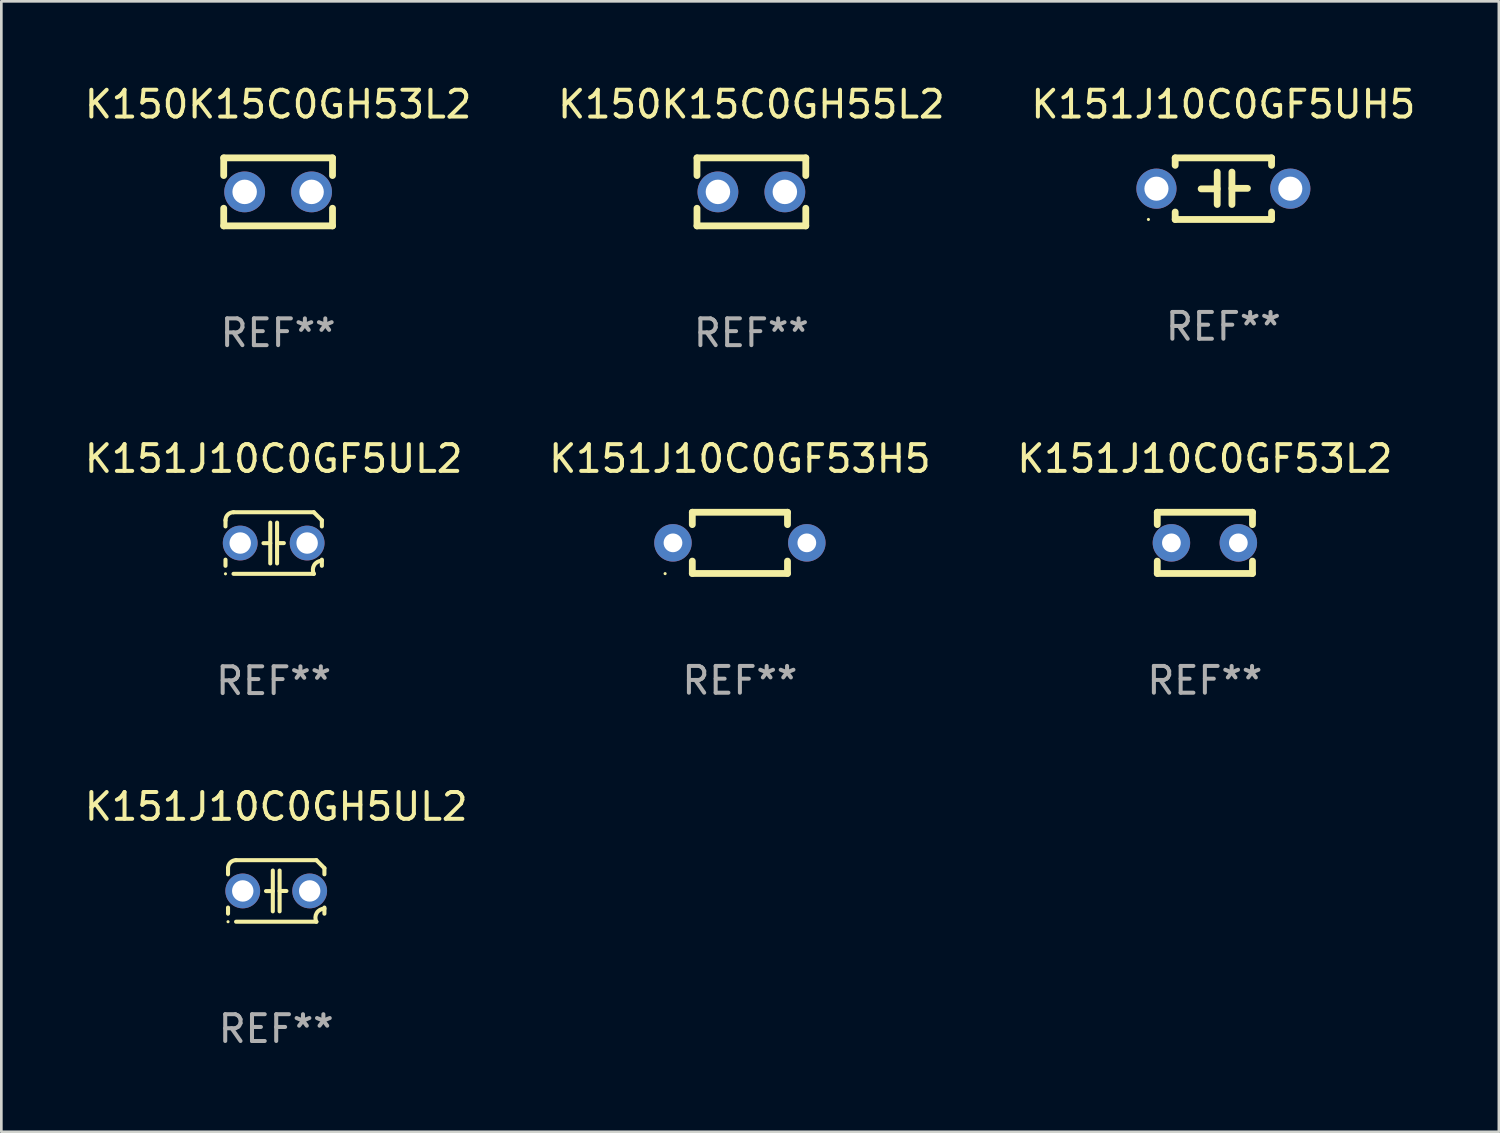
<source format=kicad_pcb>
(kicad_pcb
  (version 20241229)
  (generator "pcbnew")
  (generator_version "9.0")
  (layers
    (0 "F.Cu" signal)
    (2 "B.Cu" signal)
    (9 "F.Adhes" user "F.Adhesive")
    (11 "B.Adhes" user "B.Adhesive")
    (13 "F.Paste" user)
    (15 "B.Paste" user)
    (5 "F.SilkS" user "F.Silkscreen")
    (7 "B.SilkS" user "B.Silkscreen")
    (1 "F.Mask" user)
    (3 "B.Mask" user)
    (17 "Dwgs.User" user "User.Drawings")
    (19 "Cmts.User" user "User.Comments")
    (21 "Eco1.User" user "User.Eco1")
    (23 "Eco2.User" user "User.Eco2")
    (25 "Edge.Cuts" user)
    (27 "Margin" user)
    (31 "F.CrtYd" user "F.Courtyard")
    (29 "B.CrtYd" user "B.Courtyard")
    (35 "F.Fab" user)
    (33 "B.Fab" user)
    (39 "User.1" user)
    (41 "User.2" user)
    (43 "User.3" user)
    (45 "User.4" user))
  (footprint "K151J10C0GF5UL2"
    (layer "F.Cu")
    (at 7.173 17.235)
    (property "Reference" "K151J10C0GF5UL2" (at 0 -3.15 0) (layer "F.SilkS") (effects (font (size 1 1) (thickness 0.15))))
    (attr through_hole)
    (fp_line (start -1.8 -0.621) (end -1.8 -0.85) (stroke (width 0.152) (type solid)) (layer "F.SilkS"))
    (fp_line (start -1.8 0.85) (end -1.8 0.621) (stroke (width 0.152) (type solid)) (layer "F.SilkS"))
    (fp_line (start -1.5 -1.15) (end 1.5 -1.15) (stroke (width 0.152) (type solid)) (layer "F.SilkS"))
    (fp_line (start -0.127 -0.762) (end -0.127 0.762) (stroke (width 0.152) (type solid)) (layer "F.SilkS"))
    (fp_line (start -0.127 0.005) (end -0.381 0.005) (stroke (width 0.152) (type solid)) (layer "F.SilkS"))
    (fp_line (start 0.127 -0.762) (end 0.127 0.762) (stroke (width 0.152) (type solid)) (layer "F.SilkS"))
    (fp_line (start 0.127 0.002) (end 0.381 0.002) (stroke (width 0.152) (type solid)) (layer "F.SilkS"))
    (fp_line (start 1.5 1.15) (end -1.5 1.15) (stroke (width 0.152) (type solid)) (layer "F.SilkS"))
    (fp_line (start 1.8 -0.85) (end 1.8 -0.621) (stroke (width 0.152) (type solid)) (layer "F.SilkS"))
    (fp_line (start 1.8 0.621) (end 1.8 0.85) (stroke (width 0.152) (type solid)) (layer "F.SilkS"))
    (fp_arc (start -1.799975 -0.849987) (mid -1.712107 -1.062119) (end -1.499975 -1.149987) (stroke (width 0.151994) (type solid)) (layer "F.SilkS"))
    (fp_arc (start 1.499975 1.149987) (mid 1.513726 0.822359) (end 1.799975 0.662387) (stroke (width 0.151994) (type solid)) (layer "F.SilkS"))
    (fp_arc (start 1.500001 -1.149986) (mid 1.650015 -1.000001) (end 1.8 -0.849987) (stroke (width 0.151994) (type solid)) (layer "F.SilkS"))
    (fp_circle (center -1.8 1.15) (end -1.77 1.15) (stroke (width 0.06) (type solid)) (fill no) (layer "F.SilkS"))
    (fp_text user "REF**" (at 0 5.15 0) (layer "F.Fab") (effects (font (size 1 1) (thickness 0.15))))
    (pad "1" thru_hole circle (at -1.25 0) (size 1.3 1.3) (drill 0.8) (layers "*.Cu" "*.Mask"))
    (pad "2" thru_hole circle (at 1.25 0) (size 1.3 1.3) (drill 0.8) (layers "*.Cu" "*.Mask")))
  (footprint "K151J10C0GH5UL2"
    (layer "F.Cu")
    (at 7.268 30.231)
    (property "Reference" "K151J10C0GH5UL2" (at 0 -3.15 0) (layer "F.SilkS") (effects (font (size 1 1) (thickness 0.15))))
    (attr through_hole)
    (fp_line (start -1.8 -0.621) (end -1.8 -0.85) (stroke (width 0.152) (type solid)) (layer "F.SilkS"))
    (fp_line (start -1.8 0.85) (end -1.8 0.621) (stroke (width 0.152) (type solid)) (layer "F.SilkS"))
    (fp_line (start -1.5 -1.15) (end 1.5 -1.15) (stroke (width 0.152) (type solid)) (layer "F.SilkS"))
    (fp_line (start -0.127 -0.762) (end -0.127 0.762) (stroke (width 0.152) (type solid)) (layer "F.SilkS"))
    (fp_line (start -0.127 0.005) (end -0.381 0.005) (stroke (width 0.152) (type solid)) (layer "F.SilkS"))
    (fp_line (start 0.127 -0.762) (end 0.127 0.762) (stroke (width 0.152) (type solid)) (layer "F.SilkS"))
    (fp_line (start 0.127 0.002) (end 0.381 0.002) (stroke (width 0.152) (type solid)) (layer "F.SilkS"))
    (fp_line (start 1.5 1.15) (end -1.5 1.15) (stroke (width 0.152) (type solid)) (layer "F.SilkS"))
    (fp_line (start 1.8 -0.85) (end 1.8 -0.621) (stroke (width 0.152) (type solid)) (layer "F.SilkS"))
    (fp_line (start 1.8 0.621) (end 1.8 0.85) (stroke (width 0.152) (type solid)) (layer "F.SilkS"))
    (fp_arc (start -1.799975 -0.849987) (mid -1.712107 -1.062119) (end -1.499975 -1.149987) (stroke (width 0.151994) (type solid)) (layer "F.SilkS"))
    (fp_arc (start 1.499975 1.149987) (mid 1.513726 0.822359) (end 1.799975 0.662387) (stroke (width 0.151994) (type solid)) (layer "F.SilkS"))
    (fp_arc (start 1.500001 -1.149986) (mid 1.650015 -1.000001) (end 1.8 -0.849987) (stroke (width 0.151994) (type solid)) (layer "F.SilkS"))
    (fp_circle (center -1.8 1.15) (end -1.77 1.15) (stroke (width 0.06) (type solid)) (fill no) (layer "F.SilkS"))
    (fp_text user "REF**" (at 0 5.15 0) (layer "F.Fab") (effects (font (size 1 1) (thickness 0.15))))
    (pad "1" thru_hole circle (at -1.25 0) (size 1.3 1.3) (drill 0.8) (layers "*.Cu" "*.Mask"))
    (pad "2" thru_hole circle (at 1.25 0) (size 1.3 1.3) (drill 0.8) (layers "*.Cu" "*.Mask")))
  (footprint "K150K15C0GH55L2"
    (layer "F.Cu")
    (at 25.018 4.118)
    (property "Reference" "K150K15C0GH55L2" (at 0 -3.27 0) (layer "F.SilkS") (effects (font (size 1 1) (thickness 0.15))))
    (attr through_hole)
    (fp_line (start -2.032 -1.27) (end -2.032 -0.611) (stroke (width 0.254) (type solid)) (layer "F.SilkS"))
    (fp_line (start -2.032 0.611) (end -2.032 1.27) (stroke (width 0.254) (type solid)) (layer "F.SilkS"))
    (fp_line (start -2.032 1.27) (end 2.032 1.27) (stroke (width 0.254) (type solid)) (layer "F.SilkS"))
    (fp_line (start 2.032 -1.27) (end -2.032 -1.27) (stroke (width 0.254) (type solid)) (layer "F.SilkS"))
    (fp_line (start 2.032 -0.611) (end 2.032 -1.27) (stroke (width 0.254) (type solid)) (layer "F.SilkS"))
    (fp_line (start 2.032 1.27) (end 2.032 0.611) (stroke (width 0.254) (type solid)) (layer "F.SilkS"))
    (fp_circle (center -2 1.3) (end -1.97 1.3) (stroke (width 0.06) (type solid)) (fill no) (layer "F.SilkS"))
    (fp_text user "REF**" (at 0 5.27 0) (layer "F.Fab") (effects (font (size 1 1) (thickness 0.15))))
    (pad "1" thru_hole circle (at -1.25 0) (size 1.524 1.524) (drill 0.914) (layers "*.Cu" "*.Mask"))
    (pad "2" thru_hole circle (at 1.25 0) (size 1.524 1.524) (drill 0.914) (layers "*.Cu" "*.Mask")))
  (footprint "K151J10C0GF53L2"
    (layer "F.Cu")
    (at 41.958 17.228)
    (property "Reference" "K151J10C0GF53L2" (at 0 -3.143 0) (layer "F.SilkS") (effects (font (size 1 1) (thickness 0.15))))
    (attr through_hole)
    (fp_line (start -1.778 -1.143) (end 1.778 -1.143) (stroke (width 0.254) (type solid)) (layer "F.SilkS"))
    (fp_line (start -1.778 -0.681) (end -1.778 -1.143) (stroke (width 0.254) (type solid)) (layer "F.SilkS"))
    (fp_line (start -1.778 1.143) (end -1.778 0.681) (stroke (width 0.254) (type solid)) (layer "F.SilkS"))
    (fp_line (start 1.778 -1.143) (end 1.778 -0.681) (stroke (width 0.254) (type solid)) (layer "F.SilkS"))
    (fp_line (start 1.778 0.681) (end 1.778 1.143) (stroke (width 0.254) (type solid)) (layer "F.SilkS"))
    (fp_line (start 1.778 1.143) (end -1.778 1.143) (stroke (width 0.254) (type solid)) (layer "F.SilkS"))
    (fp_circle (center -1.8 1.15) (end -1.77 1.15) (stroke (width 0.06) (type solid)) (fill no) (layer "F.SilkS"))
    (fp_text user "REF**" (at 0 5.143 0) (layer "F.Fab") (effects (font (size 1 1) (thickness 0.15))))
    (pad "1" thru_hole circle (at -1.25 0) (size 1.4 1.4) (drill 0.7) (layers "*.Cu" "*.Mask"))
    (pad "2" thru_hole circle (at 1.25 0) (size 1.4 1.4) (drill 0.7) (layers "*.Cu" "*.Mask")))
  (footprint "K151J10C0GF53H5"
    (layer "F.Cu")
    (at 24.589 17.228)
    (property "Reference" "K151J10C0GF53H5" (at 0 -3.143 0) (layer "F.SilkS") (effects (font (size 1 1) (thickness 0.15))))
    (attr through_hole)
    (fp_line (start -1.778 -1.143) (end 1.778 -1.143) (stroke (width 0.254) (type solid)) (layer "F.SilkS"))
    (fp_line (start -1.778 -0.681) (end -1.778 -1.143) (stroke (width 0.254) (type solid)) (layer "F.SilkS"))
    (fp_line (start -1.778 1.143) (end -1.778 0.681) (stroke (width 0.254) (type solid)) (layer "F.SilkS"))
    (fp_line (start 1.778 -1.143) (end 1.778 -0.681) (stroke (width 0.254) (type solid)) (layer "F.SilkS"))
    (fp_line (start 1.778 0.681) (end 1.778 1.143) (stroke (width 0.254) (type solid)) (layer "F.SilkS"))
    (fp_line (start 1.778 1.143) (end -1.778 1.143) (stroke (width 0.254) (type solid)) (layer "F.SilkS"))
    (fp_circle (center -2.794 1.15) (end -2.764 1.15) (stroke (width 0.06) (type solid)) (fill no) (layer "F.SilkS"))
    (fp_text user "REF**" (at 0 5.143 0) (layer "F.Fab") (effects (font (size 1 1) (thickness 0.15))))
    (pad "1" thru_hole circle (at -2.5 0) (size 1.4 1.4) (drill 0.7) (layers "*.Cu" "*.Mask"))
    (pad "2" thru_hole circle (at 2.5 0) (size 1.4 1.4) (drill 0.7) (layers "*.Cu" "*.Mask")))
  (footprint "K151J10C0GF5UH5"
    (layer "F.Cu")
    (at 42.649 3.998)
    (property "Reference" "K151J10C0GF5UH5" (at 0 -3.15 0) (layer "F.SilkS") (effects (font (size 1 1) (thickness 0.15))))
    (attr through_hole)
    (fp_line (start -1.8 -1.15) (end -1.8 -0.872) (stroke (width 0.254) (type solid)) (layer "F.SilkS"))
    (fp_line (start -1.8 -1.15) (end 1.8 -1.15) (stroke (width 0.254) (type solid)) (layer "F.SilkS"))
    (fp_line (start -1.8 0.872) (end -1.8 1.15) (stroke (width 0.254) (type solid)) (layer "F.SilkS"))
    (fp_line (start -1.8 1.15) (end 1.8 1.15) (stroke (width 0.254) (type solid)) (layer "F.SilkS"))
    (fp_line (start -0.23 -0.62) (end -0.23 0.59) (stroke (width 0.254) (type solid)) (layer "F.SilkS"))
    (fp_line (start -0.23 0.007) (end -0.83 0.007) (stroke (width 0.254) (type solid)) (layer "F.SilkS"))
    (fp_line (start 0.32 -0.62) (end 0.32 0.59) (stroke (width 0.254) (type solid)) (layer "F.SilkS"))
    (fp_line (start 0.32 -0.012) (end 0.9 -0.012) (stroke (width 0.254) (type solid)) (layer "F.SilkS"))
    (fp_line (start 1.8 -1.15) (end 1.8 -0.872) (stroke (width 0.254) (type solid)) (layer "F.SilkS"))
    (fp_line (start 1.8 0.872) (end 1.8 1.15) (stroke (width 0.254) (type solid)) (layer "F.SilkS"))
    (fp_circle (center -2.8 1.15) (end -2.77 1.15) (stroke (width 0.06) (type solid)) (fill no) (layer "F.SilkS"))
    (fp_text user "REF**" (at 0 5.15 0) (layer "F.Fab") (effects (font (size 1 1) (thickness 0.15))))
    (pad "1" thru_hole circle (at -2.5 0) (size 1.5 1.5) (drill 0.9) (layers "*.Cu" "*.Mask"))
    (pad "2" thru_hole circle (at 2.5 0) (size 1.5 1.5) (drill 0.9) (layers "*.Cu" "*.Mask")))
  (footprint "K150K15C0GH53L2"
    (layer "F.Cu")
    (at 7.339 4.118)
    (property "Reference" "K150K15C0GH53L2" (at 0 -3.27 0) (layer "F.SilkS") (effects (font (size 1 1) (thickness 0.15))))
    (attr through_hole)
    (fp_line (start -2.032 -1.27) (end -2.032 -0.611) (stroke (width 0.254) (type solid)) (layer "F.SilkS"))
    (fp_line (start -2.032 0.611) (end -2.032 1.27) (stroke (width 0.254) (type solid)) (layer "F.SilkS"))
    (fp_line (start -2.032 1.27) (end 2.032 1.27) (stroke (width 0.254) (type solid)) (layer "F.SilkS"))
    (fp_line (start 2.032 -1.27) (end -2.032 -1.27) (stroke (width 0.254) (type solid)) (layer "F.SilkS"))
    (fp_line (start 2.032 -0.611) (end 2.032 -1.27) (stroke (width 0.254) (type solid)) (layer "F.SilkS"))
    (fp_line (start 2.032 1.27) (end 2.032 0.611) (stroke (width 0.254) (type solid)) (layer "F.SilkS"))
    (fp_circle (center -2 1.3) (end -1.97 1.3) (stroke (width 0.06) (type solid)) (fill no) (layer "F.SilkS"))
    (fp_text user "REF**" (at 0 5.27 0) (layer "F.Fab") (effects (font (size 1 1) (thickness 0.15))))
    (pad "1" thru_hole circle (at -1.25 0) (size 1.524 1.524) (drill 0.914) (layers "*.Cu" "*.Mask"))
    (pad "2" thru_hole circle (at 1.25 0) (size 1.524 1.524) (drill 0.914) (layers "*.Cu" "*.Mask")))
  (gr_rect
    (start -3 -3)
    (end 52.94 39.229)
    (stroke (width 0.1) (type default))
    (fill no)
    (layer "Edge.Cuts")))
</source>
